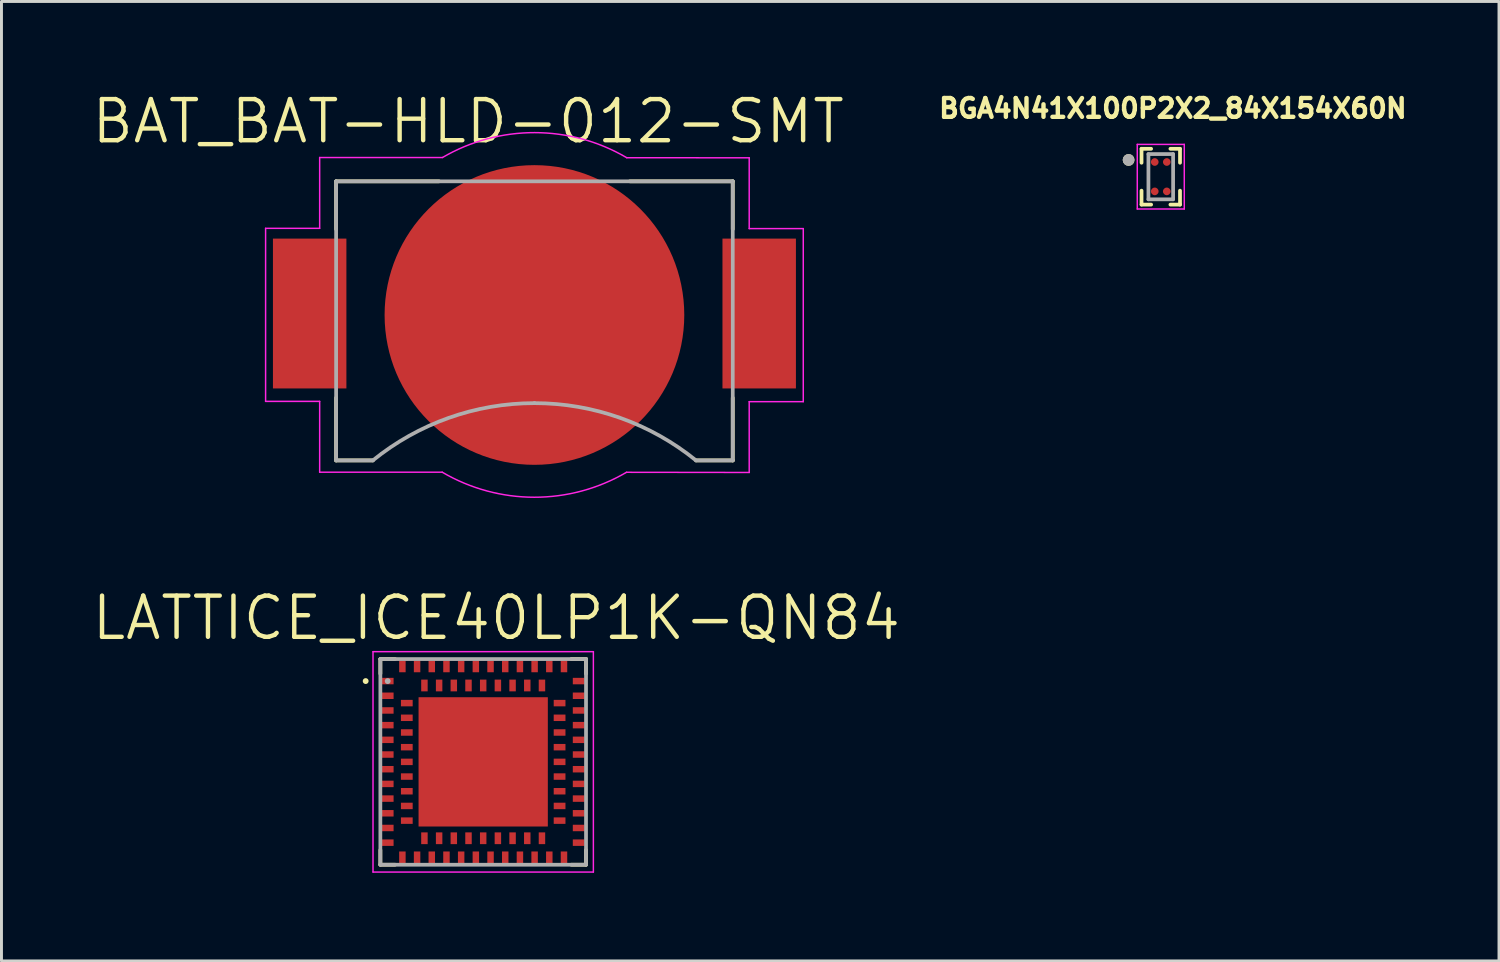
<source format=kicad_pcb>
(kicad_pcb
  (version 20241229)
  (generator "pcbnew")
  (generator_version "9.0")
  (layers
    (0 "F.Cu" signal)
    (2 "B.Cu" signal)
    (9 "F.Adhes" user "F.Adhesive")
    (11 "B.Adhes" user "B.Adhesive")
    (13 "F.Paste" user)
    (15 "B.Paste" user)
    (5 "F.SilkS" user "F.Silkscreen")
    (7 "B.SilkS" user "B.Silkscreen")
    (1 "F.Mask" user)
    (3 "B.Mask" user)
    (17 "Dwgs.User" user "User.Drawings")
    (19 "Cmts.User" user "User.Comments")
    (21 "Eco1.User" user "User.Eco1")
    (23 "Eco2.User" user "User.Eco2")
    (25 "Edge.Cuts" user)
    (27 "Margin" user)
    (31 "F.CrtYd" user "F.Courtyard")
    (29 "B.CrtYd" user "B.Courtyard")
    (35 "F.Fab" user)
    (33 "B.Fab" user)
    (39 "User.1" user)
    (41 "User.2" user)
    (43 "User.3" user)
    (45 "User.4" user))
  (footprint "LATTICE_ICE40LP1K-QN84"
    (layer "F.Cu")
    (at 13.396 22.881)
    (property "Reference" "LATTICE_ICE40LP1K-QN84" (at 0.446 -4.898 0) (layer "F.SilkS") (effects (font (size 1.402 1.402) (thickness 0.15))))
    (attr smd)
    (fp_line (start -3.5 -3.5) (end -3 -3.5) (stroke (width 0.127) (type solid)) (layer "F.SilkS"))
    (fp_line (start -3.5 -3) (end -3.5 -3.5) (stroke (width 0.127) (type solid)) (layer "F.SilkS"))
    (fp_line (start -3.5 3) (end -3.5 3.5) (stroke (width 0.127) (type solid)) (layer "F.SilkS"))
    (fp_line (start -3.5 3.5) (end -3 3.5) (stroke (width 0.127) (type solid)) (layer "F.SilkS"))
    (fp_line (start 3 -3.5) (end 3.5 -3.5) (stroke (width 0.127) (type solid)) (layer "F.SilkS"))
    (fp_line (start 3.5 -3.5) (end 3.5 -3) (stroke (width 0.127) (type solid)) (layer "F.SilkS"))
    (fp_line (start 3.5 3) (end 3.5 3.5) (stroke (width 0.127) (type solid)) (layer "F.SilkS"))
    (fp_line (start 3.5 3.5) (end 3 3.5) (stroke (width 0.127) (type solid)) (layer "F.SilkS"))
    (fp_circle (center -4 -2.75) (end -3.95 -2.75) (stroke (width 0.1) (type solid)) (fill no) (layer "F.SilkS"))
    (fp_poly (pts (xy -1.392 -1.391) (xy 1.391 -1.391) (xy 1.391 1.392) (xy -1.392 1.392)) (stroke (width 0.01) (type solid)) (fill yes) (layer "F.Paste"))
    (fp_line (start -3.75 -3.75) (end -3.75 3.75) (stroke (width 0.05) (type solid)) (layer "F.CrtYd"))
    (fp_line (start -3.75 3.75) (end 3.75 3.75) (stroke (width 0.05) (type solid)) (layer "F.CrtYd"))
    (fp_line (start 3.75 -3.75) (end -3.75 -3.75) (stroke (width 0.05) (type solid)) (layer "F.CrtYd"))
    (fp_line (start 3.75 3.75) (end 3.75 -3.75) (stroke (width 0.05) (type solid)) (layer "F.CrtYd"))
    (fp_line (start -3.5 -3.5) (end 3.5 -3.5) (stroke (width 0.127) (type solid)) (layer "F.Fab"))
    (fp_line (start -3.5 3.5) (end -3.5 -3.5) (stroke (width 0.127) (type solid)) (layer "F.Fab"))
    (fp_line (start 3.5 -3.5) (end 3.5 3.5) (stroke (width 0.127) (type solid)) (layer "F.Fab"))
    (fp_line (start 3.5 3.5) (end -3.5 3.5) (stroke (width 0.127) (type solid)) (layer "F.Fab"))
    (fp_circle (center -3.25 -2.75) (end -3.2 -2.75) (stroke (width 0.1) (type solid)) (fill no) (layer "F.Fab"))
    (pad "42" smd rect (at 0 0) (size 4.4 4.4) (layers "F.Cu" "F.Mask"))
    (pad "A1" smd rect (at -3.25 -2.75) (size 0.4 0.22) (layers "F.Cu" "F.Mask" "F.Paste"))
    (pad "A2" smd rect (at -3.25 -2.25) (size 0.4 0.22) (layers "F.Cu" "F.Mask" "F.Paste"))
    (pad "A3" smd rect (at -3.25 -1.75) (size 0.4 0.22) (layers "F.Cu" "F.Mask" "F.Paste"))
    (pad "A4" smd rect (at -3.25 -1.25) (size 0.4 0.22) (layers "F.Cu" "F.Mask" "F.Paste"))
    (pad "A5" smd rect (at -3.25 -0.75) (size 0.4 0.22) (layers "F.Cu" "F.Mask" "F.Paste"))
    (pad "A6" smd rect (at -3.25 -0.25) (size 0.4 0.22) (layers "F.Cu" "F.Mask" "F.Paste"))
    (pad "A7" smd rect (at -3.25 0.25) (size 0.4 0.22) (layers "F.Cu" "F.Mask" "F.Paste"))
    (pad "A8" smd rect (at -3.25 0.75) (size 0.4 0.22) (layers "F.Cu" "F.Mask" "F.Paste"))
    (pad "A9" smd rect (at -3.25 1.25) (size 0.4 0.22) (layers "F.Cu" "F.Mask" "F.Paste"))
    (pad "A10" smd rect (at -3.25 1.75) (size 0.4 0.22) (layers "F.Cu" "F.Mask" "F.Paste"))
    (pad "A11" smd rect (at -3.25 2.25) (size 0.4 0.22) (layers "F.Cu" "F.Mask" "F.Paste"))
    (pad "A12" smd rect (at -3.25 2.75) (size 0.4 0.22) (layers "F.Cu" "F.Mask" "F.Paste"))
    (pad "A13" smd rect (at -2.75 3.25 90) (size 0.4 0.22) (layers "F.Cu" "F.Mask" "F.Paste"))
    (pad "A14" smd rect (at -2.25 3.25 90) (size 0.4 0.22) (layers "F.Cu" "F.Mask" "F.Paste"))
    (pad "A15" smd rect (at -1.75 3.25 90) (size 0.4 0.22) (layers "F.Cu" "F.Mask" "F.Paste"))
    (pad "A16" smd rect (at -1.25 3.25 90) (size 0.4 0.22) (layers "F.Cu" "F.Mask" "F.Paste"))
    (pad "A17" smd rect (at -0.75 3.25 90) (size 0.4 0.22) (layers "F.Cu" "F.Mask" "F.Paste"))
    (pad "A18" smd rect (at -0.25 3.25 90) (size 0.4 0.22) (layers "F.Cu" "F.Mask" "F.Paste"))
    (pad "A19" smd rect (at 0.25 3.25 90) (size 0.4 0.22) (layers "F.Cu" "F.Mask" "F.Paste"))
    (pad "A20" smd rect (at 0.75 3.25 90) (size 0.4 0.22) (layers "F.Cu" "F.Mask" "F.Paste"))
    (pad "A21" smd rect (at 1.25 3.25 90) (size 0.4 0.22) (layers "F.Cu" "F.Mask" "F.Paste"))
    (pad "A22" smd rect (at 1.75 3.25 90) (size 0.4 0.22) (layers "F.Cu" "F.Mask" "F.Paste"))
    (pad "A23" smd rect (at 2.25 3.25 90) (size 0.4 0.22) (layers "F.Cu" "F.Mask" "F.Paste"))
    (pad "A24" smd rect (at 2.75 3.25 90) (size 0.4 0.22) (layers "F.Cu" "F.Mask" "F.Paste"))
    (pad "A25" smd rect (at 3.25 2.75 180) (size 0.4 0.22) (layers "F.Cu" "F.Mask" "F.Paste"))
    (pad "A26" smd rect (at 3.25 2.25 180) (size 0.4 0.22) (layers "F.Cu" "F.Mask" "F.Paste"))
    (pad "A27" smd rect (at 3.25 1.75 180) (size 0.4 0.22) (layers "F.Cu" "F.Mask" "F.Paste"))
    (pad "A28" smd rect (at 3.25 1.25 180) (size 0.4 0.22) (layers "F.Cu" "F.Mask" "F.Paste"))
    (pad "A29" smd rect (at 3.25 0.75 180) (size 0.4 0.22) (layers "F.Cu" "F.Mask" "F.Paste"))
    (pad "A30" smd rect (at 3.25 0.25 180) (size 0.4 0.22) (layers "F.Cu" "F.Mask" "F.Paste"))
    (pad "A31" smd rect (at 3.25 -0.25 180) (size 0.4 0.22) (layers "F.Cu" "F.Mask" "F.Paste"))
    (pad "A32" smd rect (at 3.25 -0.75 180) (size 0.4 0.22) (layers "F.Cu" "F.Mask" "F.Paste"))
    (pad "A33" smd rect (at 3.25 -1.25 180) (size 0.4 0.22) (layers "F.Cu" "F.Mask" "F.Paste"))
    (pad "A34" smd rect (at 3.25 -1.75 180) (size 0.4 0.22) (layers "F.Cu" "F.Mask" "F.Paste"))
    (pad "A35" smd rect (at 3.25 -2.25 180) (size 0.4 0.22) (layers "F.Cu" "F.Mask" "F.Paste"))
    (pad "A36" smd rect (at 3.25 -2.75 180) (size 0.4 0.22) (layers "F.Cu" "F.Mask" "F.Paste"))
    (pad "A37" smd rect (at 2.75 -3.25 270) (size 0.4 0.22) (layers "F.Cu" "F.Mask" "F.Paste"))
    (pad "A38" smd rect (at 2.25 -3.25 270) (size 0.4 0.22) (layers "F.Cu" "F.Mask" "F.Paste"))
    (pad "A39" smd rect (at 1.75 -3.25 270) (size 0.4 0.22) (layers "F.Cu" "F.Mask" "F.Paste"))
    (pad "A40" smd rect (at 1.25 -3.25 270) (size 0.4 0.22) (layers "F.Cu" "F.Mask" "F.Paste"))
    (pad "A41" smd rect (at 0.75 -3.25 270) (size 0.4 0.22) (layers "F.Cu" "F.Mask" "F.Paste"))
    (pad "A42" smd rect (at 0.25 -3.25 270) (size 0.4 0.22) (layers "F.Cu" "F.Mask" "F.Paste"))
    (pad "A43" smd rect (at -0.25 -3.25 270) (size 0.4 0.22) (layers "F.Cu" "F.Mask" "F.Paste"))
    (pad "A44" smd rect (at -0.75 -3.25 270) (size 0.4 0.22) (layers "F.Cu" "F.Mask" "F.Paste"))
    (pad "A45" smd rect (at -1.25 -3.25 270) (size 0.4 0.22) (layers "F.Cu" "F.Mask" "F.Paste"))
    (pad "A46" smd rect (at -1.75 -3.25 270) (size 0.4 0.22) (layers "F.Cu" "F.Mask" "F.Paste"))
    (pad "A47" smd rect (at -2.25 -3.25 270) (size 0.4 0.22) (layers "F.Cu" "F.Mask" "F.Paste"))
    (pad "A48" smd rect (at -2.75 -3.25 270) (size 0.4 0.22) (layers "F.Cu" "F.Mask" "F.Paste"))
    (pad "B1" smd rect (at -2.6 -2) (size 0.4 0.22) (layers "F.Cu" "F.Mask" "F.Paste"))
    (pad "B2" smd rect (at -2.6 -1.5) (size 0.4 0.22) (layers "F.Cu" "F.Mask" "F.Paste"))
    (pad "B3" smd rect (at -2.6 -1) (size 0.4 0.22) (layers "F.Cu" "F.Mask" "F.Paste"))
    (pad "B4" smd rect (at -2.6 -0.5) (size 0.4 0.22) (layers "F.Cu" "F.Mask" "F.Paste"))
    (pad "B5" smd rect (at -2.6 0) (size 0.4 0.22) (layers "F.Cu" "F.Mask" "F.Paste"))
    (pad "B6" smd rect (at -2.6 0.5) (size 0.4 0.22) (layers "F.Cu" "F.Mask" "F.Paste"))
    (pad "B7" smd rect (at -2.6 1) (size 0.4 0.22) (layers "F.Cu" "F.Mask" "F.Paste"))
    (pad "B8" smd rect (at -2.6 1.5) (size 0.4 0.22) (layers "F.Cu" "F.Mask" "F.Paste"))
    (pad "B9" smd rect (at -2.6 2) (size 0.4 0.22) (layers "F.Cu" "F.Mask" "F.Paste"))
    (pad "B10" smd rect (at -2 2.6 90) (size 0.4 0.22) (layers "F.Cu" "F.Mask" "F.Paste"))
    (pad "B11" smd rect (at -1.5 2.6 90) (size 0.4 0.22) (layers "F.Cu" "F.Mask" "F.Paste"))
    (pad "B12" smd rect (at -1 2.6 90) (size 0.4 0.22) (layers "F.Cu" "F.Mask" "F.Paste"))
    (pad "B13" smd rect (at -0.5 2.6 90) (size 0.4 0.22) (layers "F.Cu" "F.Mask" "F.Paste"))
    (pad "B14" smd rect (at 0 2.6 90) (size 0.4 0.22) (layers "F.Cu" "F.Mask" "F.Paste"))
    (pad "B15" smd rect (at 0.5 2.6 90) (size 0.4 0.22) (layers "F.Cu" "F.Mask" "F.Paste"))
    (pad "B16" smd rect (at 1 2.6 90) (size 0.4 0.22) (layers "F.Cu" "F.Mask" "F.Paste"))
    (pad "B17" smd rect (at 1.5 2.6 90) (size 0.4 0.22) (layers "F.Cu" "F.Mask" "F.Paste"))
    (pad "B18" smd rect (at 2 2.6 90) (size 0.4 0.22) (layers "F.Cu" "F.Mask" "F.Paste"))
    (pad "B19" smd rect (at 2.6 2 180) (size 0.4 0.22) (layers "F.Cu" "F.Mask" "F.Paste"))
    (pad "B20" smd rect (at 2.6 1.5 180) (size 0.4 0.22) (layers "F.Cu" "F.Mask" "F.Paste"))
    (pad "B21" smd rect (at 2.6 1 180) (size 0.4 0.22) (layers "F.Cu" "F.Mask" "F.Paste"))
    (pad "B22" smd rect (at 2.6 0.5 180) (size 0.4 0.22) (layers "F.Cu" "F.Mask" "F.Paste"))
    (pad "B23" smd rect (at 2.6 0 180) (size 0.4 0.22) (layers "F.Cu" "F.Mask" "F.Paste"))
    (pad "B24" smd rect (at 2.6 -0.5 180) (size 0.4 0.22) (layers "F.Cu" "F.Mask" "F.Paste"))
    (pad "B25" smd rect (at 2.6 -1 180) (size 0.4 0.22) (layers "F.Cu" "F.Mask" "F.Paste"))
    (pad "B26" smd rect (at 2.6 -1.5 180) (size 0.4 0.22) (layers "F.Cu" "F.Mask" "F.Paste"))
    (pad "B27" smd rect (at 2.6 -2 180) (size 0.4 0.22) (layers "F.Cu" "F.Mask" "F.Paste"))
    (pad "B28" smd rect (at 2 -2.6 270) (size 0.4 0.22) (layers "F.Cu" "F.Mask" "F.Paste"))
    (pad "B29" smd rect (at 1.5 -2.6 270) (size 0.4 0.22) (layers "F.Cu" "F.Mask" "F.Paste"))
    (pad "B30" smd rect (at 1 -2.6 270) (size 0.4 0.22) (layers "F.Cu" "F.Mask" "F.Paste"))
    (pad "B31" smd rect (at 0.5 -2.6 270) (size 0.4 0.22) (layers "F.Cu" "F.Mask" "F.Paste"))
    (pad "B32" smd rect (at 0 -2.6 270) (size 0.4 0.22) (layers "F.Cu" "F.Mask" "F.Paste"))
    (pad "B33" smd rect (at -0.5 -2.6 270) (size 0.4 0.22) (layers "F.Cu" "F.Mask" "F.Paste"))
    (pad "B34" smd rect (at -1 -2.6 270) (size 0.4 0.22) (layers "F.Cu" "F.Mask" "F.Paste"))
    (pad "B35" smd rect (at -1.5 -2.6 270) (size 0.4 0.22) (layers "F.Cu" "F.Mask" "F.Paste"))
    (pad "B36" smd rect (at -2 -2.6 270) (size 0.4 0.22) (layers "F.Cu" "F.Mask" "F.Paste")))
  (footprint "BAT_BAT-HLD-012-SMT"
    (layer "F.Cu")
    (at 15.14 7.671)
    (property "Reference" "BAT_BAT-HLD-012-SMT" (at -2.255 -6.589 0) (layer "F.SilkS") (effects (font (size 1.4 1.4) (thickness 0.15))))
    (attr smd)
    (fp_line (start -6.75 -4.55) (end -3.25 -4.55) (stroke (width 0.127) (type solid)) (layer "F.SilkS"))
    (fp_line (start -6.75 -2.92) (end -6.75 -4.55) (stroke (width 0.127) (type solid)) (layer "F.SilkS"))
    (fp_line (start -6.75 2.82) (end -6.75 4.95) (stroke (width 0.127) (type solid)) (layer "F.SilkS"))
    (fp_line (start -6.75 4.95) (end -5.5 4.95) (stroke (width 0.127) (type solid)) (layer "F.SilkS"))
    (fp_line (start 3.25 -4.55) (end 6.75 -4.55) (stroke (width 0.127) (type solid)) (layer "F.SilkS"))
    (fp_line (start 5.5 4.95) (end 6.75 4.95) (stroke (width 0.127) (type solid)) (layer "F.SilkS"))
    (fp_line (start 6.75 -4.55) (end 6.75 -2.92) (stroke (width 0.127) (type solid)) (layer "F.SilkS"))
    (fp_line (start 6.75 4.95) (end 6.75 2.82) (stroke (width 0.127) (type solid)) (layer "F.SilkS"))
    (fp_line (start -9.15 -2.95) (end -9.15 2.94) (stroke (width 0.05) (type solid)) (layer "F.CrtYd"))
    (fp_line (start -7.31 -5.36) (end -7.31 -2.95) (stroke (width 0.05) (type default)) (layer "F.CrtYd"))
    (fp_line (start -7.31 -5.36) (end -3.13 -5.36) (stroke (width 0.05) (type default)) (layer "F.CrtYd"))
    (fp_line (start -7.31 -2.95) (end -9.15 -2.95) (stroke (width 0.05) (type default)) (layer "F.CrtYd"))
    (fp_line (start -7.31 2.94) (end -9.15 2.94) (stroke (width 0.05) (type default)) (layer "F.CrtYd"))
    (fp_line (start -7.31 5.35) (end -7.31 2.94) (stroke (width 0.05) (type default)) (layer "F.CrtYd"))
    (fp_line (start -3.14 5.35) (end -7.31 5.35) (stroke (width 0.05) (type default)) (layer "F.CrtYd"))
    (fp_line (start 3.133 5.354) (end 7.31 5.36) (stroke (width 0.05) (type default)) (layer "F.CrtYd"))
    (fp_line (start 7.31 -5.35) (end 3.142 -5.353) (stroke (width 0.05) (type default)) (layer "F.CrtYd"))
    (fp_line (start 7.31 -5.35) (end 7.31 -2.94) (stroke (width 0.05) (type default)) (layer "F.CrtYd"))
    (fp_line (start 7.31 -2.94) (end 9.15 -2.94) (stroke (width 0.05) (type default)) (layer "F.CrtYd"))
    (fp_line (start 7.31 2.95) (end 9.15 2.95) (stroke (width 0.05) (type default)) (layer "F.CrtYd"))
    (fp_line (start 7.31 5.36) (end 7.31 2.95) (stroke (width 0.05) (type default)) (layer "F.CrtYd"))
    (fp_line (start 9.15 -2.94) (end 9.15 2.95) (stroke (width 0.05) (type solid)) (layer "F.CrtYd"))
    (fp_arc (start -3.13 -5.359999) (mid 0.006842 -6.206967) (end 3.14181 -5.353085) (stroke (width 0.05) (type default)) (layer "F.CrtYd"))
    (fp_arc (start 3.132553 5.354364) (mid -0.004316 6.203393) (end -3.14 5.35) (stroke (width 0.05) (type default)) (layer "F.CrtYd"))
    (fp_line (start -6.75 -4.55) (end 6.75 -4.55) (stroke (width 0.127) (type solid)) (layer "F.Fab"))
    (fp_line (start -6.75 4.95) (end -6.75 -4.55) (stroke (width 0.127) (type solid)) (layer "F.Fab"))
    (fp_line (start -5.5 4.95) (end -6.75 4.95) (stroke (width 0.127) (type solid)) (layer "F.Fab"))
    (fp_line (start 6.75 -4.55) (end 6.75 4.95) (stroke (width 0.127) (type solid)) (layer "F.Fab"))
    (fp_line (start 6.75 4.95) (end 5.5 4.95) (stroke (width 0.127) (type solid)) (layer "F.Fab"))
    (fp_arc (start -5.5 4.95) (mid -2.917726 3.501926) (end 0 3) (stroke (width 0.127) (type solid)) (layer "F.Fab"))
    (fp_arc (start 0 3) (mid 2.917726 3.501926) (end 5.5 4.95) (stroke (width 0.127) (type solid)) (layer "F.Fab"))
    (pad "1" smd rect (at -7.65 -0.05) (size 2.5 5.1) (layers "F.Cu" "F.Mask" "F.Paste"))
    (pad "1" smd rect (at 7.65 -0.05) (size 2.5 5.1) (layers "F.Cu" "F.Mask" "F.Paste"))
    (pad "2" smd circle (at 0 0) (size 10.2 10.2) (layers "F.Cu" "F.Mask")))
  (footprint "BGA4N41X100P2X2_84X154X60N"
    (layer "F.Cu")
    (at 36.458 2.964)
    (property "Reference" "BGA4N41X100P2X2_84X154X60N" (at 0.412 -2.326 0) (layer "F.SilkS") (effects (font (size 0.64 0.64) (thickness 0.15))))
    (attr smd)
    (fp_line (start -0.655 -0.95) (end -0.655 -0.475) (stroke (width 0.127) (type solid)) (layer "F.SilkS"))
    (fp_line (start -0.655 -0.95) (end -0.328 -0.95) (stroke (width 0.127) (type solid)) (layer "F.SilkS"))
    (fp_line (start -0.655 0.95) (end -0.655 0.475) (stroke (width 0.127) (type solid)) (layer "F.SilkS"))
    (fp_line (start -0.655 0.95) (end -0.328 0.95) (stroke (width 0.127) (type solid)) (layer "F.SilkS"))
    (fp_line (start 0.655 -0.95) (end 0.328 -0.95) (stroke (width 0.127) (type solid)) (layer "F.SilkS"))
    (fp_line (start 0.655 -0.95) (end 0.655 -0.475) (stroke (width 0.127) (type solid)) (layer "F.SilkS"))
    (fp_line (start 0.655 0.95) (end 0.328 0.95) (stroke (width 0.127) (type solid)) (layer "F.SilkS"))
    (fp_line (start 0.655 0.95) (end 0.655 0.475) (stroke (width 0.127) (type solid)) (layer "F.SilkS"))
    (fp_circle (center -1.095 -0.57) (end -0.995 -0.57) (stroke (width 0.2) (type solid)) (fill no) (layer "F.SilkS"))
    (fp_line (start -0.8 -1.1) (end -0.8 1.1) (stroke (width 0.05) (type solid)) (layer "F.CrtYd"))
    (fp_line (start -0.8 -1.1) (end 0.8 -1.1) (stroke (width 0.05) (type solid)) (layer "F.CrtYd"))
    (fp_line (start -0.8 1.1) (end 0.8 1.1) (stroke (width 0.05) (type solid)) (layer "F.CrtYd"))
    (fp_line (start 0.8 -1.1) (end 0.8 1.1) (stroke (width 0.05) (type solid)) (layer "F.CrtYd"))
    (fp_line (start -0.42 -0.77) (end 0.42 -0.77) (stroke (width 0.127) (type solid)) (layer "F.Fab"))
    (fp_line (start -0.42 0.77) (end -0.42 -0.77) (stroke (width 0.127) (type solid)) (layer "F.Fab"))
    (fp_line (start -0.42 0.77) (end 0.42 0.77) (stroke (width 0.127) (type solid)) (layer "F.Fab"))
    (fp_line (start 0.42 0.77) (end 0.42 -0.77) (stroke (width 0.127) (type solid)) (layer "F.Fab"))
    (fp_circle (center -1.095 -0.57) (end -0.995 -0.57) (stroke (width 0.2) (type solid)) (fill no) (layer "F.Fab"))
    (pad "1" smd circle (at -0.205 -0.5 270) (size 0.26 0.26) (layers "F.Cu" "F.Mask" "F.Paste"))
    (pad "2" smd circle (at -0.205 0.5 270) (size 0.26 0.26) (layers "F.Cu" "F.Mask" "F.Paste"))
    (pad "3" smd circle (at 0.205 0.5 270) (size 0.26 0.26) (layers "F.Cu" "F.Mask" "F.Paste"))
    (pad "4" smd circle (at 0.205 -0.5 270) (size 0.26 0.26) (layers "F.Cu" "F.Mask" "F.Paste")))
  (gr_rect
    (start -3 -3)
    (end 47.97 29.656)
    (stroke (width 0.1) (type default))
    (fill no)
    (layer "Edge.Cuts")))
</source>
